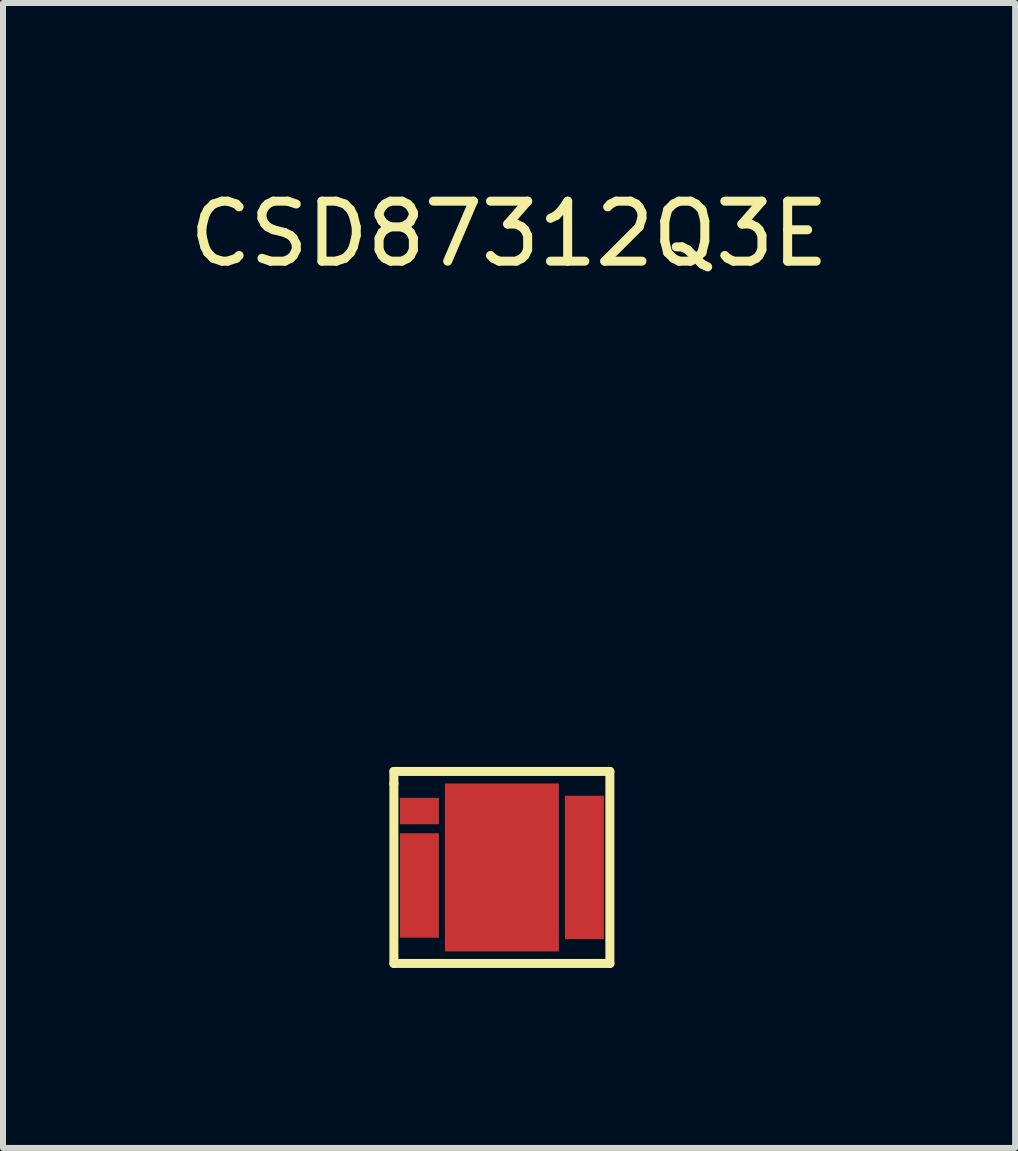
<source format=kicad_pcb>
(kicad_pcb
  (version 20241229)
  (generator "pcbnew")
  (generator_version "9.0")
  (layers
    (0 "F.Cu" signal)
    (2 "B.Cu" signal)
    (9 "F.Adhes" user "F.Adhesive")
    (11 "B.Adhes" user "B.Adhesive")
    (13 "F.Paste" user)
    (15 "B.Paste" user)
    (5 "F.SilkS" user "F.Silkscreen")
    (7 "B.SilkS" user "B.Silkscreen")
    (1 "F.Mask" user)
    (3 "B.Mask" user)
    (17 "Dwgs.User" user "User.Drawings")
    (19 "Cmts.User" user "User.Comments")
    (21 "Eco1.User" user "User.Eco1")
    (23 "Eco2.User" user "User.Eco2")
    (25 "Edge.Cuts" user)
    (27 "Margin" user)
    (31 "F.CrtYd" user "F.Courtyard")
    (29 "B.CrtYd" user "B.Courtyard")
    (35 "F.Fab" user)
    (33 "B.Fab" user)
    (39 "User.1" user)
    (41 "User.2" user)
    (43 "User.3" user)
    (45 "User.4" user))
  (footprint "CSD87312Q3E"
    (layer "F.Cu")
    (at 5.315 11.408)
    (property "Reference" "CSD87312Q3E" (at 0.12 -10.56 0) (layer "F.SilkS") (effects (font (size 1 1) (thickness 0.15))))
    (attr through_hole)
    (fp_line (start -1.8 -1.6) (end -1.8 -1.4) (stroke (width 0.15) (type solid)) (layer "F.SilkS"))
    (fp_line (start -1.8 -1.4) (end -1.8 1.6) (stroke (width 0.15) (type solid)) (layer "F.SilkS"))
    (fp_line (start -1.8 1.6) (end 1.8 1.6) (stroke (width 0.15) (type solid)) (layer "F.SilkS"))
    (fp_line (start 1.8 -1.6) (end -1.8 -1.6) (stroke (width 0.15) (type solid)) (layer "F.SilkS"))
    (fp_line (start 1.8 1.6) (end 1.8 -1.6) (stroke (width 0.15) (type solid)) (layer "F.SilkS"))
    (pad "1" smd rect (at 1.375 0) (size 0.65 2.39) (layers "F.Cu" "F.Mask" "F.Paste"))
    (pad "5" smd rect (at -1.375 -0.94) (size 0.65 0.44) (layers "F.Cu" "F.Mask" "F.Paste"))
    (pad "8" smd rect (at -1.375 0.3) (size 0.65 1.74) (layers "F.Cu" "F.Mask" "F.Paste"))
    (pad "9" smd rect (at 0 0) (size 1.9 2.8) (layers "F.Cu" "F.Mask" "F.Paste")))
  (gr_rect
    (start -3 -3)
    (end 13.869 16.083)
    (stroke (width 0.1) (type default))
    (fill no)
    (layer "Edge.Cuts")))
</source>
